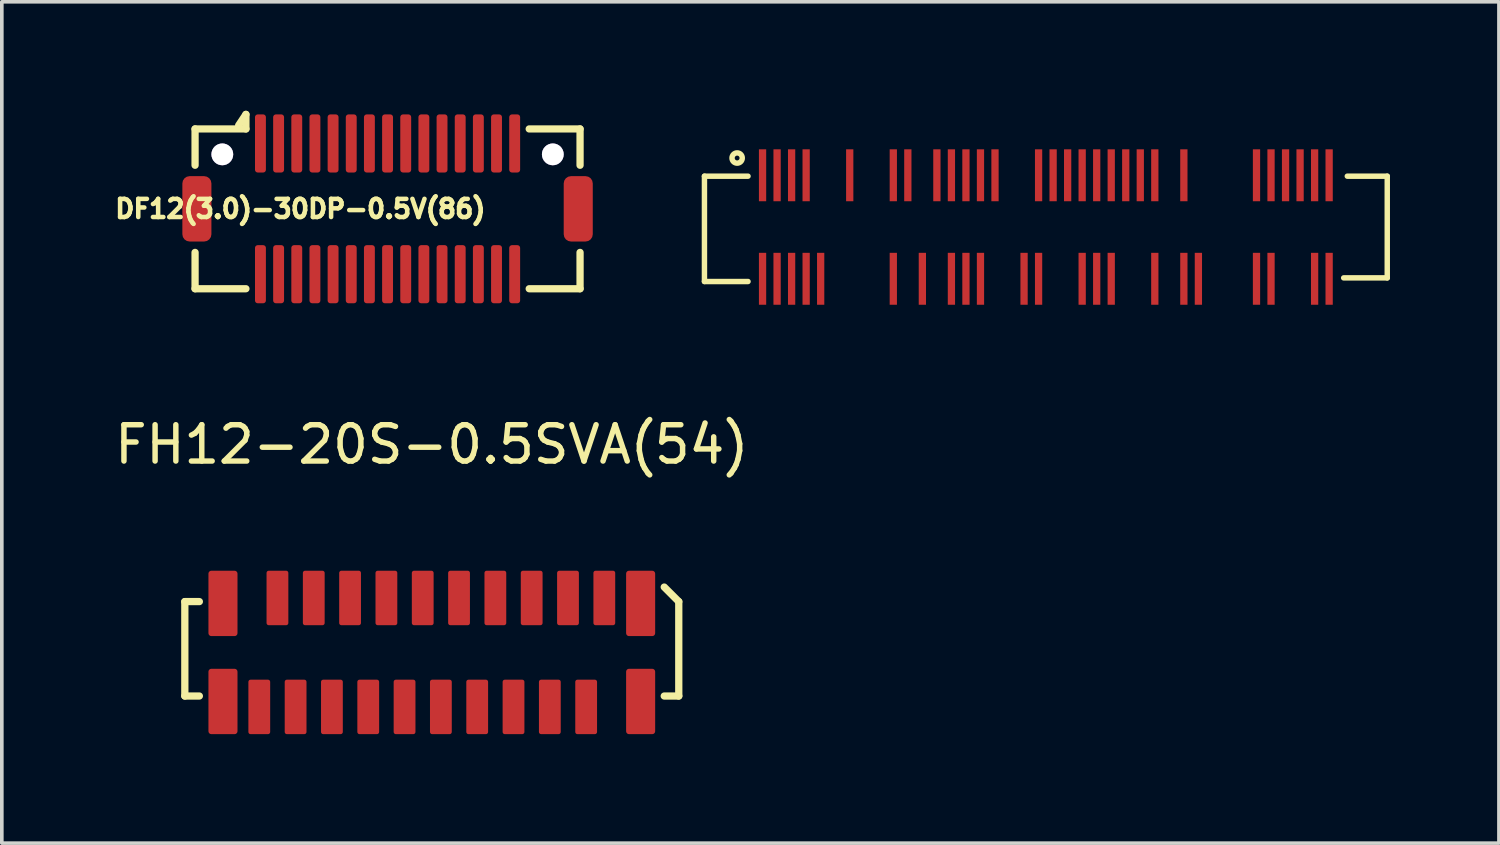
<source format=kicad_pcb>
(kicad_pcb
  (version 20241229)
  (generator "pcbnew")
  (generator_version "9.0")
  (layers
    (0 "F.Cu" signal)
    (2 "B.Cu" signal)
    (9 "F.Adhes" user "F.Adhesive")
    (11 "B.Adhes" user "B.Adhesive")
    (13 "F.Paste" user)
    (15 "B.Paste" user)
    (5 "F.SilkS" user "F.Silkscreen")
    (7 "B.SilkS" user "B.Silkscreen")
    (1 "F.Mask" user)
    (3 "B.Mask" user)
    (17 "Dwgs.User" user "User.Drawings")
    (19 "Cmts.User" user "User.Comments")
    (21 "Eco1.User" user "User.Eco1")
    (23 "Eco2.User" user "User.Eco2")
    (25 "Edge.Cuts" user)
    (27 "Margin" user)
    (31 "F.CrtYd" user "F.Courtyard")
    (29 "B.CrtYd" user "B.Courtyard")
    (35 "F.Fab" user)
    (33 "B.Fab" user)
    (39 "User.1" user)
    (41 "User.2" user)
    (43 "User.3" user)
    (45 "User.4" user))
  (footprint "FH12-20S-0.5SVA(54)"
    (layer "F.Cu")
    (at 8.839 14.914)
    (property "Reference" "FH12-20S-0.5SVA(54)" (at 0 -5.725 0) (layer "F.SilkS") (effects (font (size 1 1) (thickness 0.15))))
    (attr through_hole)
    (fp_line (start -6.8 -1.4) (end -6.4 -1.4) (stroke (width 0.2) (type solid)) (layer "F.SilkS"))
    (fp_line (start -6.8 1.2) (end -6.8 -1.4) (stroke (width 0.2) (type solid)) (layer "F.SilkS"))
    (fp_line (start -6.4 1.2) (end -6.8 1.2) (stroke (width 0.2) (type solid)) (layer "F.SilkS"))
    (fp_line (start 6.4 -1.8) (end 6.8 -1.4) (stroke (width 0.2) (type solid)) (layer "F.SilkS"))
    (fp_line (start 6.8 -1.4) (end 6.8 1.2) (stroke (width 0.2) (type solid)) (layer "F.SilkS"))
    (fp_line (start 6.8 1.2) (end 6.4 1.2) (stroke (width 0.2) (type solid)) (layer "F.SilkS"))
    (pad "" smd roundrect (at -5.75 -1.35) (size 0.8 1.8) (layers "F.Cu" "F.Mask" "F.Paste") (roundrect_rratio 0.1))
    (pad "" smd roundrect (at -5.75 1.35) (size 0.8 1.8) (layers "F.Cu" "F.Mask" "F.Paste") (roundrect_rratio 0.1))
    (pad "" smd roundrect (at 5.75 -1.35) (size 0.8 1.8) (layers "F.Cu" "F.Mask" "F.Paste") (roundrect_rratio 0.1))
    (pad "" smd roundrect (at 5.75 1.35) (size 0.8 1.8) (layers "F.Cu" "F.Mask" "F.Paste") (roundrect_rratio 0.1))
    (pad "1" smd roundrect (at 4.75 -1.5) (size 0.6 1.5) (layers "F.Cu" "F.Mask" "F.Paste") (roundrect_rratio 0.1))
    (pad "2" smd roundrect (at 4.25 1.5) (size 0.6 1.5) (layers "F.Cu" "F.Mask" "F.Paste") (roundrect_rratio 0.1))
    (pad "3" smd roundrect (at 3.75 -1.5) (size 0.6 1.5) (layers "F.Cu" "F.Mask" "F.Paste") (roundrect_rratio 0.1))
    (pad "4" smd roundrect (at 3.25 1.5) (size 0.6 1.5) (layers "F.Cu" "F.Mask" "F.Paste") (roundrect_rratio 0.1))
    (pad "5" smd roundrect (at 2.75 -1.5) (size 0.6 1.5) (layers "F.Cu" "F.Mask" "F.Paste") (roundrect_rratio 0.1))
    (pad "6" smd roundrect (at 2.25 1.5) (size 0.6 1.5) (layers "F.Cu" "F.Mask" "F.Paste") (roundrect_rratio 0.1))
    (pad "7" smd roundrect (at 1.75 -1.5) (size 0.6 1.5) (layers "F.Cu" "F.Mask" "F.Paste") (roundrect_rratio 0.1))
    (pad "8" smd roundrect (at 1.25 1.5) (size 0.6 1.5) (layers "F.Cu" "F.Mask" "F.Paste") (roundrect_rratio 0.1))
    (pad "9" smd roundrect (at 0.75 -1.5) (size 0.6 1.5) (layers "F.Cu" "F.Mask" "F.Paste") (roundrect_rratio 0.1))
    (pad "10" smd roundrect (at 0.25 1.5) (size 0.6 1.5) (layers "F.Cu" "F.Mask" "F.Paste") (roundrect_rratio 0.1))
    (pad "11" smd roundrect (at -0.25 -1.5) (size 0.6 1.5) (layers "F.Cu" "F.Mask" "F.Paste") (roundrect_rratio 0.1))
    (pad "12" smd roundrect (at -0.75 1.5) (size 0.6 1.5) (layers "F.Cu" "F.Mask" "F.Paste") (roundrect_rratio 0.1))
    (pad "13" smd roundrect (at -1.25 -1.5) (size 0.6 1.5) (layers "F.Cu" "F.Mask" "F.Paste") (roundrect_rratio 0.1))
    (pad "14" smd roundrect (at -1.75 1.5) (size 0.6 1.5) (layers "F.Cu" "F.Mask" "F.Paste") (roundrect_rratio 0.1))
    (pad "15" smd roundrect (at -2.25 -1.5) (size 0.6 1.5) (layers "F.Cu" "F.Mask" "F.Paste") (roundrect_rratio 0.1))
    (pad "16" smd roundrect (at -2.75 1.5) (size 0.6 1.5) (layers "F.Cu" "F.Mask" "F.Paste") (roundrect_rratio 0.1))
    (pad "17" smd roundrect (at -3.25 -1.5) (size 0.6 1.5) (layers "F.Cu" "F.Mask" "F.Paste") (roundrect_rratio 0.1))
    (pad "18" smd roundrect (at -3.75 1.5) (size 0.6 1.5) (layers "F.Cu" "F.Mask" "F.Paste") (roundrect_rratio 0.1))
    (pad "19" smd roundrect (at -4.25 -1.5) (size 0.6 1.5) (layers "F.Cu" "F.Mask" "F.Paste") (roundrect_rratio 0.1))
    (pad "20" smd roundrect (at -4.75 1.5) (size 0.6 1.5) (layers "F.Cu" "F.Mask" "F.Paste") (roundrect_rratio 0.1)))
  (footprint "DF12(3.0)-30DP-0.5V(86)"
    (layer "F.Cu")
    (at 7.621 2.7)
    (property "Reference" "DF12(3.0)-30DP-0.5V(86)" (at -2.4 0 180) (layer "F.SilkS") (effects (font (size 0.5 0.5) (thickness 0.125))))
    (attr through_hole)
    (fp_line (start -5.3 -2.2) (end -3.9 -2.2) (stroke (width 0.2) (type solid)) (layer "F.SilkS"))
    (fp_line (start -5.3 -1.2) (end -5.3 -2.2) (stroke (width 0.2) (type solid)) (layer "F.SilkS"))
    (fp_line (start -5.3 1.2) (end -5.3 2.2) (stroke (width 0.2) (type solid)) (layer "F.SilkS"))
    (fp_line (start -3.9 -2.6) (end -4.1 -2.3) (stroke (width 0.2) (type solid)) (layer "F.SilkS"))
    (fp_line (start -3.9 -2.2) (end -3.9 -2.6) (stroke (width 0.2) (type solid)) (layer "F.SilkS"))
    (fp_line (start -3.9 2.2) (end -5.3 2.2) (stroke (width 0.2) (type solid)) (layer "F.SilkS"))
    (fp_line (start 3.9 -2.2) (end 5.3 -2.2) (stroke (width 0.2) (type solid)) (layer "F.SilkS"))
    (fp_line (start 5.3 -1.2) (end 5.3 -2.2) (stroke (width 0.2) (type solid)) (layer "F.SilkS"))
    (fp_line (start 5.3 1.2) (end 5.3 2.2) (stroke (width 0.2) (type solid)) (layer "F.SilkS"))
    (fp_line (start 5.3 2.2) (end 3.9 2.2) (stroke (width 0.2) (type solid)) (layer "F.SilkS"))
    (pad "" smd roundrect (at -5.25 0) (size 0.8 1.8) (layers "F.Cu" "F.Mask" "F.Paste") (roundrect_rratio 0.25))
    (pad "" thru_hole circle (at -4.55 -1.5) (size 0.6 0.6) (drill 0.6) (layers "*.Cu" "*.Mask"))
    (pad "" thru_hole circle (at 4.55 -1.5) (size 0.6 0.6) (drill 0.6) (layers "*.Cu" "*.Mask"))
    (pad "" smd roundrect (at 5.25 0) (size 0.8 1.8) (layers "F.Cu" "F.Mask" "F.Paste") (roundrect_rratio 0.25))
    (pad "1" smd roundrect (at -3.5 -1.8) (size 0.3 1.6) (layers "F.Cu" "F.Mask" "F.Paste") (roundrect_rratio 0.25))
    (pad "2" smd roundrect (at -3.5 1.8) (size 0.3 1.6) (layers "F.Cu" "F.Mask" "F.Paste") (roundrect_rratio 0.25))
    (pad "3" smd roundrect (at -3 1.8) (size 0.3 1.6) (layers "F.Cu" "F.Mask" "F.Paste") (roundrect_rratio 0.25))
    (pad "4" smd roundrect (at -3 -1.8) (size 0.3 1.6) (layers "F.Cu" "F.Mask" "F.Paste") (roundrect_rratio 0.25))
    (pad "5" smd roundrect (at -2.5 -1.8) (size 0.3 1.6) (layers "F.Cu" "F.Mask" "F.Paste") (roundrect_rratio 0.25))
    (pad "6" smd roundrect (at -2.5 1.8) (size 0.3 1.6) (layers "F.Cu" "F.Mask" "F.Paste") (roundrect_rratio 0.25))
    (pad "7" smd roundrect (at -2 1.8) (size 0.3 1.6) (layers "F.Cu" "F.Mask" "F.Paste") (roundrect_rratio 0.25))
    (pad "8" smd roundrect (at -2 -1.8) (size 0.3 1.6) (layers "F.Cu" "F.Mask" "F.Paste") (roundrect_rratio 0.25))
    (pad "9" smd roundrect (at -1.5 -1.8) (size 0.3 1.6) (layers "F.Cu" "F.Mask" "F.Paste") (roundrect_rratio 0.25))
    (pad "10" smd roundrect (at -1.5 1.8) (size 0.3 1.6) (layers "F.Cu" "F.Mask" "F.Paste") (roundrect_rratio 0.25))
    (pad "11" smd roundrect (at -1 1.8) (size 0.3 1.6) (layers "F.Cu" "F.Mask" "F.Paste") (roundrect_rratio 0.25))
    (pad "12" smd roundrect (at -1 -1.8) (size 0.3 1.6) (layers "F.Cu" "F.Mask" "F.Paste") (roundrect_rratio 0.25))
    (pad "13" smd roundrect (at -0.5 -1.8) (size 0.3 1.6) (layers "F.Cu" "F.Mask" "F.Paste") (roundrect_rratio 0.25))
    (pad "14" smd roundrect (at -0.5 1.8) (size 0.3 1.6) (layers "F.Cu" "F.Mask" "F.Paste") (roundrect_rratio 0.25))
    (pad "15" smd roundrect (at 0 1.8) (size 0.3 1.6) (layers "F.Cu" "F.Mask" "F.Paste") (roundrect_rratio 0.25))
    (pad "16" smd roundrect (at 0 -1.8) (size 0.3 1.6) (layers "F.Cu" "F.Mask" "F.Paste") (roundrect_rratio 0.25))
    (pad "17" smd roundrect (at 0.5 -1.8) (size 0.3 1.6) (layers "F.Cu" "F.Mask" "F.Paste") (roundrect_rratio 0.25))
    (pad "18" smd roundrect (at 0.5 1.8) (size 0.3 1.6) (layers "F.Cu" "F.Mask" "F.Paste") (roundrect_rratio 0.25))
    (pad "19" smd roundrect (at 1 1.8) (size 0.3 1.6) (layers "F.Cu" "F.Mask" "F.Paste") (roundrect_rratio 0.25))
    (pad "20" smd roundrect (at 1 -1.8) (size 0.3 1.6) (layers "F.Cu" "F.Mask" "F.Paste") (roundrect_rratio 0.25))
    (pad "21" smd roundrect (at 1.5 -1.8) (size 0.3 1.6) (layers "F.Cu" "F.Mask" "F.Paste") (roundrect_rratio 0.25))
    (pad "22" smd roundrect (at 1.5 1.8) (size 0.3 1.6) (layers "F.Cu" "F.Mask" "F.Paste") (roundrect_rratio 0.25))
    (pad "23" smd roundrect (at 2 1.8) (size 0.3 1.6) (layers "F.Cu" "F.Mask" "F.Paste") (roundrect_rratio 0.25))
    (pad "24" smd roundrect (at 2 -1.8) (size 0.3 1.6) (layers "F.Cu" "F.Mask" "F.Paste") (roundrect_rratio 0.25))
    (pad "25" smd roundrect (at 2.5 -1.8) (size 0.3 1.6) (layers "F.Cu" "F.Mask" "F.Paste") (roundrect_rratio 0.25))
    (pad "26" smd roundrect (at 2.5 1.8) (size 0.3 1.6) (layers "F.Cu" "F.Mask" "F.Paste") (roundrect_rratio 0.25))
    (pad "27" smd roundrect (at 3 1.8) (size 0.3 1.6) (layers "F.Cu" "F.Mask" "F.Paste") (roundrect_rratio 0.25))
    (pad "28" smd roundrect (at 3 -1.8) (size 0.3 1.6) (layers "F.Cu" "F.Mask" "F.Paste") (roundrect_rratio 0.25))
    (pad "29" smd roundrect (at 3.5 -1.8) (size 0.3 1.6) (layers "F.Cu" "F.Mask" "F.Paste") (roundrect_rratio 0.25))
    (pad "30" smd roundrect (at 3.5 1.8) (size 0.3 1.6) (layers "F.Cu" "F.Mask" "F.Paste") (roundrect_rratio 0.25)))
  (footprint "DF40_80Pin_boson_edit"
    (layer "F.Cu")
    (at 25.746 3.201)
    (property "Reference" "DF40_80Pin_boson_edit" (at -6.1 -3.2 0) (layer "F.SilkS") (effects (font (size 0.001 0.001) (thickness 0.15))))
    (attr through_hole)
    (fp_line (start -9.4 -1.4) (end -9.4 1.5) (stroke (width 0.15) (type solid)) (layer "F.SilkS"))
    (fp_line (start -9.4 -1.4) (end -8.2 -1.4) (stroke (width 0.15) (type solid)) (layer "F.SilkS"))
    (fp_line (start -9.4 1.5) (end -8.2 1.5) (stroke (width 0.15) (type solid)) (layer "F.SilkS"))
    (fp_line (start 9.4 -1.4) (end 8.3 -1.4) (stroke (width 0.15) (type solid)) (layer "F.SilkS"))
    (fp_line (start 9.4 -1.4) (end 9.4 1.4) (stroke (width 0.15) (type solid)) (layer "F.SilkS"))
    (fp_line (start 9.4 1.4) (end 8.2 1.4) (stroke (width 0.15) (type solid)) (layer "F.SilkS"))
    (fp_circle (center -8.5 -1.9) (end -8.4 -1.8) (stroke (width 0.15) (type solid)) (fill no) (layer "F.SilkS"))
    (pad "1" smd rect (at -7.8 -1.425) (size 0.2 1.43) (layers "F.Cu" "F.Mask" "F.Paste"))
    (pad "2" smd rect (at -7.8 1.425) (size 0.2 1.43) (layers "F.Cu" "F.Mask" "F.Paste"))
    (pad "3" smd rect (at -7.4 -1.425) (size 0.2 1.43) (layers "F.Cu" "F.Mask" "F.Paste"))
    (pad "4" smd rect (at -7.4 1.425) (size 0.2 1.43) (layers "F.Cu" "F.Mask" "F.Paste"))
    (pad "5" smd rect (at -7 -1.425) (size 0.2 1.43) (layers "F.Cu" "F.Mask" "F.Paste"))
    (pad "6" smd rect (at -7 1.425) (size 0.2 1.43) (layers "F.Cu" "F.Mask" "F.Paste"))
    (pad "7" smd rect (at -6.6 -1.425) (size 0.2 1.43) (layers "F.Cu" "F.Mask" "F.Paste"))
    (pad "8" smd rect (at -6.6 1.425) (size 0.2 1.43) (layers "F.Cu" "F.Mask" "F.Paste"))
    (pad "10" smd rect (at -6.2 1.425) (size 0.2 1.43) (layers "F.Cu" "F.Mask" "F.Paste"))
    (pad "13" smd rect (at -5.4 -1.425) (size 0.2 1.43) (layers "F.Cu" "F.Mask" "F.Paste"))
    (pad "19" smd rect (at -4.2 -1.425) (size 0.2 1.43) (layers "F.Cu" "F.Mask" "F.Paste"))
    (pad "20" smd rect (at -4.2 1.425) (size 0.2 1.43) (layers "F.Cu" "F.Mask" "F.Paste"))
    (pad "21" smd rect (at -3.8 -1.425) (size 0.2 1.43) (layers "F.Cu" "F.Mask" "F.Paste"))
    (pad "24" smd rect (at -3.4 1.425) (size 0.2 1.43) (layers "F.Cu" "F.Mask" "F.Paste"))
    (pad "25" smd rect (at -3 -1.425) (size 0.2 1.43) (layers "F.Cu" "F.Mask" "F.Paste"))
    (pad "27" smd rect (at -2.6 -1.425) (size 0.2 1.43) (layers "F.Cu" "F.Mask" "F.Paste"))
    (pad "28" smd rect (at -2.6 1.425) (size 0.2 1.43) (layers "F.Cu" "F.Mask" "F.Paste"))
    (pad "29" smd rect (at -2.2 -1.425) (size 0.2 1.43) (layers "F.Cu" "F.Mask" "F.Paste"))
    (pad "30" smd rect (at -2.2 1.425) (size 0.2 1.43) (layers "F.Cu" "F.Mask" "F.Paste"))
    (pad "31" smd rect (at -1.8 -1.425) (size 0.2 1.43) (layers "F.Cu" "F.Mask" "F.Paste"))
    (pad "32" smd rect (at -1.8 1.425) (size 0.2 1.43) (layers "F.Cu" "F.Mask" "F.Paste"))
    (pad "33" smd rect (at -1.4 -1.425) (size 0.2 1.43) (layers "F.Cu" "F.Mask" "F.Paste"))
    (pad "38" smd rect (at -0.6 1.425) (size 0.2 1.43) (layers "F.Cu" "F.Mask" "F.Paste"))
    (pad "39" smd rect (at -0.2 -1.425) (size 0.2 1.43) (layers "F.Cu" "F.Mask" "F.Paste"))
    (pad "40" smd rect (at -0.2 1.425) (size 0.2 1.43) (layers "F.Cu" "F.Mask" "F.Paste"))
    (pad "41" smd rect (at 0.2 -1.425) (size 0.2 1.43) (layers "F.Cu" "F.Mask" "F.Paste"))
    (pad "43" smd rect (at 0.6 -1.425) (size 0.2 1.43) (layers "F.Cu" "F.Mask" "F.Paste"))
    (pad "45" smd rect (at 1 -1.425) (size 0.2 1.43) (layers "F.Cu" "F.Mask" "F.Paste"))
    (pad "46" smd rect (at 1 1.425) (size 0.2 1.43) (layers "F.Cu" "F.Mask" "F.Paste"))
    (pad "47" smd rect (at 1.4 -1.425) (size 0.2 1.43) (layers "F.Cu" "F.Mask" "F.Paste"))
    (pad "48" smd rect (at 1.4 1.425) (size 0.2 1.43) (layers "F.Cu" "F.Mask" "F.Paste"))
    (pad "49" smd rect (at 1.8 -1.425) (size 0.2 1.43) (layers "F.Cu" "F.Mask" "F.Paste"))
    (pad "50" smd rect (at 1.8 1.425) (size 0.2 1.43) (layers "F.Cu" "F.Mask" "F.Paste"))
    (pad "51" smd rect (at 2.2 -1.425) (size 0.2 1.43) (layers "F.Cu" "F.Mask" "F.Paste"))
    (pad "53" smd rect (at 2.6 -1.425) (size 0.2 1.43) (layers "F.Cu" "F.Mask" "F.Paste"))
    (pad "55" smd rect (at 3 -1.425) (size 0.2 1.43) (layers "F.Cu" "F.Mask" "F.Paste"))
    (pad "56" smd rect (at 3 1.425) (size 0.2 1.43) (layers "F.Cu" "F.Mask" "F.Paste"))
    (pad "59" smd rect (at 3.8 -1.425) (size 0.2 1.43) (layers "F.Cu" "F.Mask" "F.Paste"))
    (pad "60" smd rect (at 3.8 1.425) (size 0.2 1.43) (layers "F.Cu" "F.Mask" "F.Paste"))
    (pad "62" smd rect (at 4.2 1.425) (size 0.2 1.43) (layers "F.Cu" "F.Mask" "F.Paste"))
    (pad "69" smd rect (at 5.8 -1.425) (size 0.2 1.43) (layers "F.Cu" "F.Mask" "F.Paste"))
    (pad "70" smd rect (at 5.8 1.425) (size 0.2 1.43) (layers "F.Cu" "F.Mask" "F.Paste"))
    (pad "71" smd rect (at 6.2 -1.425) (size 0.2 1.43) (layers "F.Cu" "F.Mask" "F.Paste"))
    (pad "72" smd rect (at 6.2 1.425) (size 0.2 1.43) (layers "F.Cu" "F.Mask" "F.Paste"))
    (pad "73" smd rect (at 6.6 -1.425) (size 0.2 1.43) (layers "F.Cu" "F.Mask" "F.Paste"))
    (pad "75" smd rect (at 7 -1.425) (size 0.2 1.43) (layers "F.Cu" "F.Mask" "F.Paste"))
    (pad "77" smd rect (at 7.4 -1.425) (size 0.2 1.43) (layers "F.Cu" "F.Mask" "F.Paste"))
    (pad "78" smd rect (at 7.4 1.425) (size 0.2 1.43) (layers "F.Cu" "F.Mask" "F.Paste"))
    (pad "79" smd rect (at 7.8 -1.425) (size 0.2 1.43) (layers "F.Cu" "F.Mask" "F.Paste"))
    (pad "80" smd rect (at 7.8 1.425) (size 0.2 1.43) (layers "F.Cu" "F.Mask" "F.Paste")))
  (gr_rect
    (start -3 -3)
    (end 38.221 20.164)
    (stroke (width 0.1) (type default))
    (fill no)
    (layer "Edge.Cuts")))
</source>
